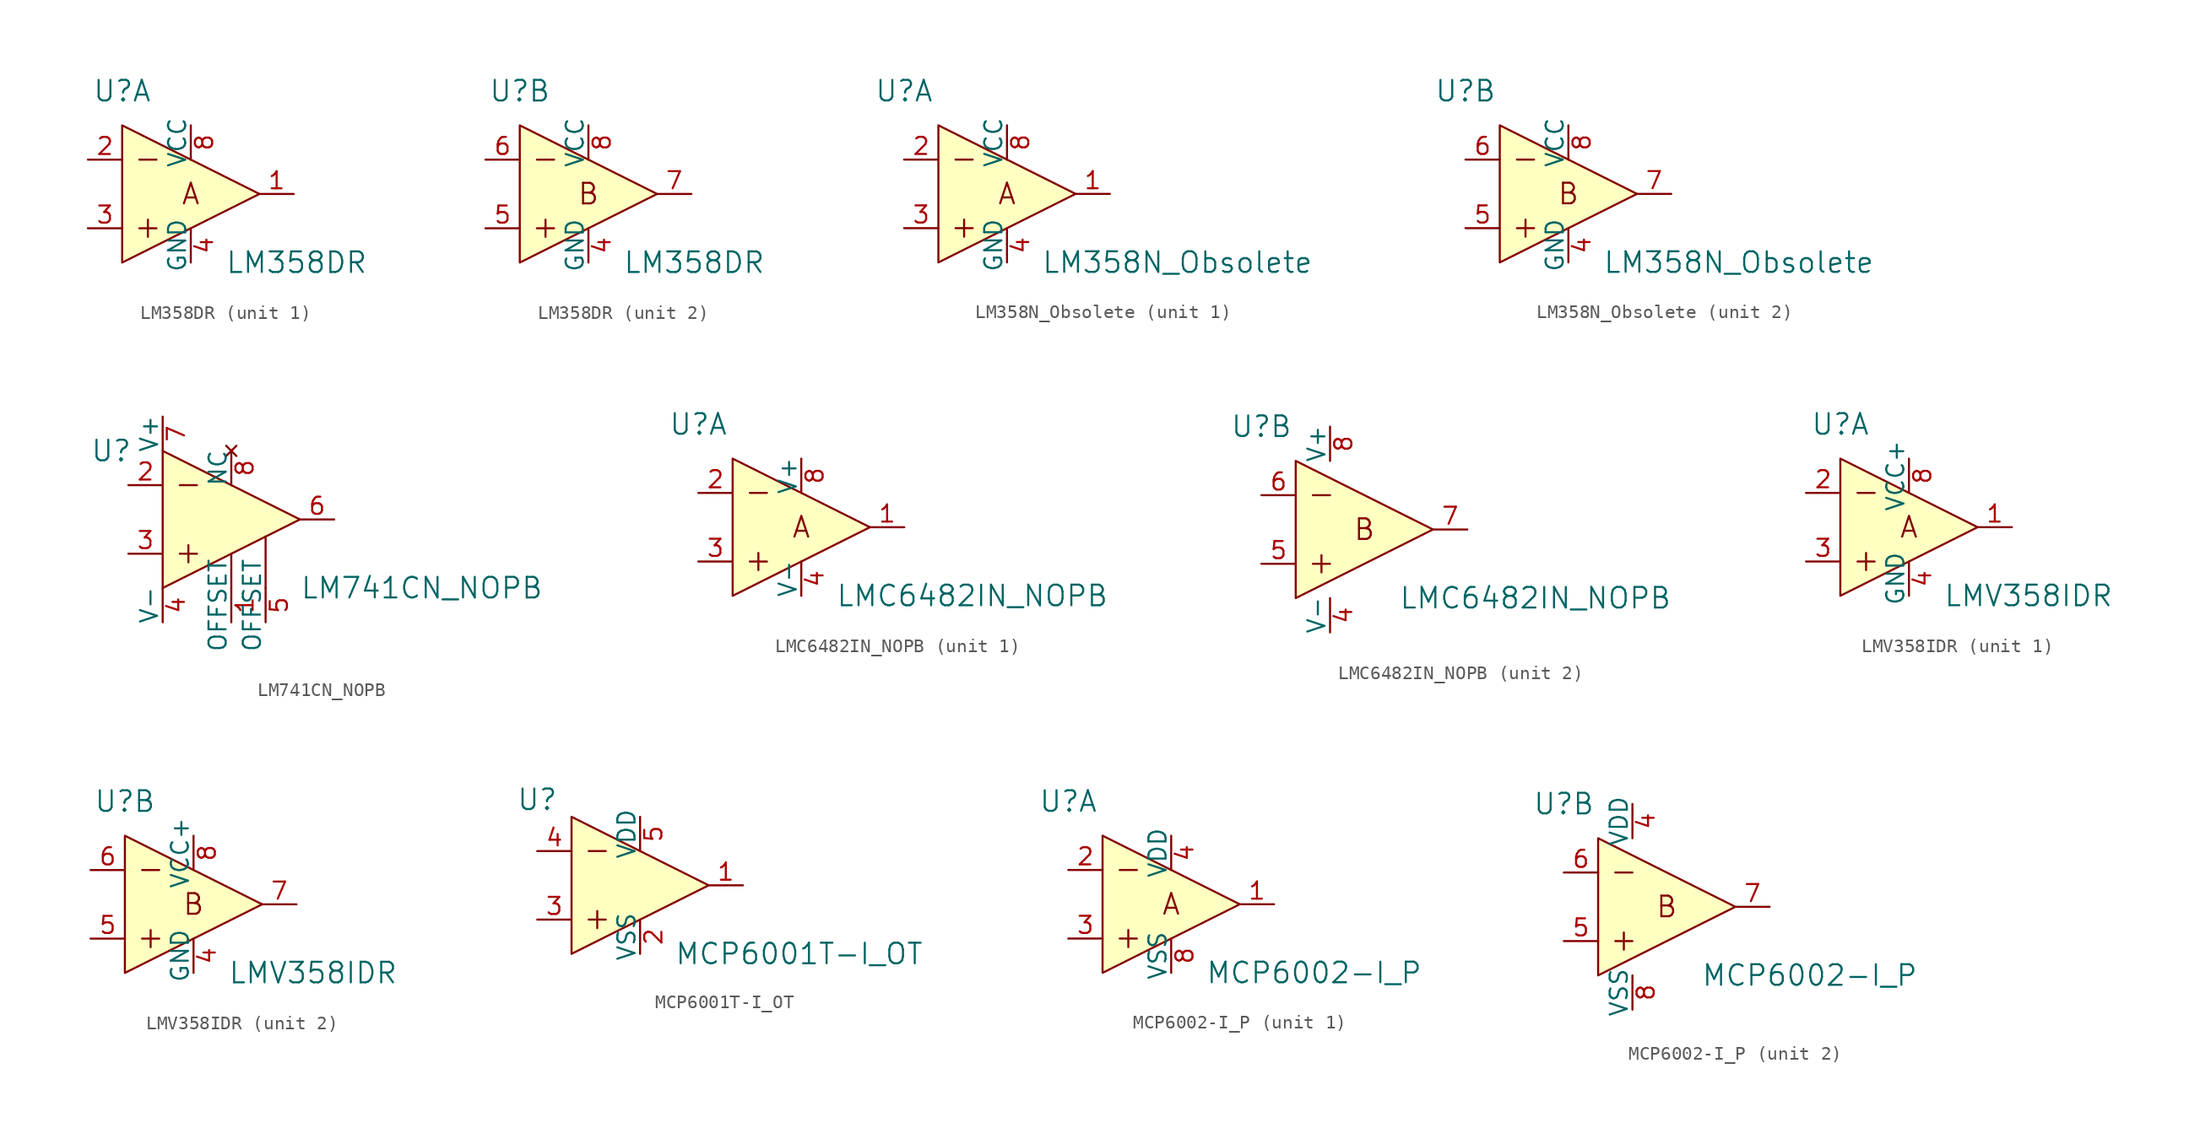
<source format=kicad_sym>
(kicad_symbol_lib
  (version 20211014)
  (generator kicad_symbol_editor)
  (symbol "LM358DR"
    (pin_names
      (offset 0))
    (property "Reference" "U"
      (at -5.08 7.62 0)
      (effects (font (size 1.524 1.524))))
    (property "Value" "LM358DR"
      (at 2.54 -5.08 0)
      (effects (font (size 1.524 1.524)) (justify left)))
    (property "ki_locked" ""
      (at 0 0 0)
      (effects (font (size 1.27 1.27))))
    (symbol "LM358DR_0_0"
      (polyline (pts (xy -3.81 -2.54) (xy -2.54 -2.54)) (stroke (width 0) (type default) (color 0 0 0 0)) (fill (type none)))
      (polyline (pts (xy -3.81 2.54) (xy -2.54 2.54)) (stroke (width 0) (type default) (color 0 0 0 0)) (fill (type none)))
      (polyline (pts (xy -3.175 -1.905) (xy -3.175 -3.175)) (stroke (width 0) (type default) (color 0 0 0 0)) (fill (type none)))
      (polyline (pts (xy -5.08 5.08) (xy -5.08 -5.08) (xy 5.08 0) (xy -5.08 5.08)) (stroke (width 0) (type default) (color 0 0 0 0)) (fill (type background))))
    (symbol "LM358DR_1_0"
      (text "A" (at 0 0 0) (effects (font (size 1.524 1.524)))))
    (symbol "LM358DR_1_1"
      (pin output line (at 7.62 0 180) (length 2.54) (name "~" (effects (font (size 1.27 1.27)))) (number "1" (effects (font (size 1.27 1.27)))))
      (pin input line (at -7.62 2.54 0) (length 2.54) (name "~" (effects (font (size 1.27 1.27)))) (number "2" (effects (font (size 1.27 1.27)))))
      (pin input line (at -7.62 -2.54 0) (length 2.54) (name "~" (effects (font (size 1.27 1.27)))) (number "3" (effects (font (size 1.27 1.27)))))
      (pin power_in line (at 0 -5.08 90) (length 2.54) (name "GND" (effects (font (size 1.27 1.27)))) (number "4" (effects (font (size 1.27 1.27)))))
      (pin power_in line (at 0 5.08 270) (length 2.54) (name "VCC" (effects (font (size 1.27 1.27)))) (number "8" (effects (font (size 1.27 1.27))))))
    (symbol "LM358DR_2_0"
      (text "B" (at 0 0 0) (effects (font (size 1.524 1.524)))))
    (symbol "LM358DR_2_1"
      (pin power_in line (at 0 -5.08 90) (length 2.54) (name "GND" (effects (font (size 1.27 1.27)))) (number "4" (effects (font (size 1.27 1.27)))))
      (pin input line (at -7.62 -2.54 0) (length 2.54) (name "~" (effects (font (size 1.27 1.27)))) (number "5" (effects (font (size 1.27 1.27)))))
      (pin input line (at -7.62 2.54 0) (length 2.54) (name "~" (effects (font (size 1.27 1.27)))) (number "6" (effects (font (size 1.27 1.27)))))
      (pin output line (at 7.62 0 180) (length 2.54) (name "~" (effects (font (size 1.27 1.27)))) (number "7" (effects (font (size 1.27 1.27)))))
      (pin power_in line (at 0 5.08 270) (length 2.54) (name "VCC" (effects (font (size 1.27 1.27)))) (number "8" (effects (font (size 1.27 1.27)))))))
  (symbol "LM358N_Obsolete"
    (pin_names
      (offset 0))
    (property "Reference" "U"
      (at -7.62 7.62 0)
      (effects (font (size 1.524 1.524))))
    (property "Value" "LM358N_Obsolete"
      (at 2.54 -5.08 0)
      (effects (font (size 1.524 1.524)) (justify left)))
    (property "ki_locked" ""
      (at 0 0 0)
      (effects (font (size 1.27 1.27))))
    (symbol "LM358N_Obsolete_0_1"
      (polyline (pts (xy -3.81 -2.54) (xy -2.54 -2.54)) (stroke (width 0) (type default) (color 0 0 0 0)) (fill (type none)))
      (polyline (pts (xy -3.81 2.54) (xy -2.54 2.54)) (stroke (width 0) (type default) (color 0 0 0 0)) (fill (type none)))
      (polyline (pts (xy -3.175 -1.905) (xy -3.175 -3.175)) (stroke (width 0) (type default) (color 0 0 0 0)) (fill (type none)))
      (polyline (pts (xy 5.08 0) (xy -5.08 5.08) (xy -5.08 -5.08) (xy 5.08 0)) (stroke (width 0) (type default) (color 0 0 0 0)) (fill (type background))))
    (symbol "LM358N_Obsolete_1_0"
      (text "A" (at 0 0 0) (effects (font (size 1.524 1.524)))))
    (symbol "LM358N_Obsolete_1_1"
      (pin output line (at 7.62 0 180) (length 2.54) (name "~" (effects (font (size 1.27 1.27)))) (number "1" (effects (font (size 1.27 1.27)))))
      (pin input line (at -7.62 2.54 0) (length 2.54) (name "~" (effects (font (size 1.27 1.27)))) (number "2" (effects (font (size 1.27 1.27)))))
      (pin input line (at -7.62 -2.54 0) (length 2.54) (name "~" (effects (font (size 1.27 1.27)))) (number "3" (effects (font (size 1.27 1.27)))))
      (pin power_in line (at 0 -5.08 90) (length 2.54) (name "GND" (effects (font (size 1.27 1.27)))) (number "4" (effects (font (size 1.27 1.27)))))
      (pin power_in line (at 0 5.08 270) (length 2.54) (name "VCC" (effects (font (size 1.27 1.27)))) (number "8" (effects (font (size 1.27 1.27))))))
    (symbol "LM358N_Obsolete_2_0"
      (text "B" (at 0 0 0) (effects (font (size 1.524 1.524)))))
    (symbol "LM358N_Obsolete_2_1"
      (pin power_in line (at 0 -5.08 90) (length 2.54) (name "GND" (effects (font (size 1.27 1.27)))) (number "4" (effects (font (size 1.27 1.27)))))
      (pin input line (at -7.62 -2.54 0) (length 2.54) (name "~" (effects (font (size 1.27 1.27)))) (number "5" (effects (font (size 1.27 1.27)))))
      (pin input line (at -7.62 2.54 0) (length 2.54) (name "~" (effects (font (size 1.27 1.27)))) (number "6" (effects (font (size 1.27 1.27)))))
      (pin output line (at 7.62 0 180) (length 2.54) (name "~" (effects (font (size 1.27 1.27)))) (number "7" (effects (font (size 1.27 1.27)))))
      (pin power_in line (at 0 5.08 270) (length 2.54) (name "VCC" (effects (font (size 1.27 1.27)))) (number "8" (effects (font (size 1.27 1.27)))))))
  (symbol "LM741CN_NOPB"
    (pin_names
      (offset 0))
    (property "Reference" "U"
      (at -8.89 5.08 0)
      (effects (font (size 1.524 1.524))))
    (property "Value" "LM741CN_NOPB"
      (at 5.08 -5.08 0)
      (effects (font (size 1.524 1.524)) (justify left)))
    (symbol "LM741CN_NOPB_1_0"
      (polyline (pts (xy -3.81 -2.54) (xy -2.54 -2.54)) (stroke (width 0) (type default) (color 0 0 0 0)) (fill (type none)))
      (polyline (pts (xy -3.81 2.54) (xy -2.54 2.54)) (stroke (width 0) (type default) (color 0 0 0 0)) (fill (type none)))
      (polyline (pts (xy -3.175 -1.905) (xy -3.175 -3.175)) (stroke (width 0) (type default) (color 0 0 0 0)) (fill (type none)))
      (polyline (pts (xy 0 -2.54) (xy 0 -5.08)) (stroke (width 0) (type default) (color 0 0 0 0)) (fill (type none)))
      (polyline (pts (xy 2.54 -1.27) (xy 2.54 -5.08)) (stroke (width 0) (type default) (color 0 0 0 0)) (fill (type none)))
      (polyline (pts (xy -5.08 5.08) (xy -5.08 -5.08) (xy 5.08 0) (xy -5.08 5.08)) (stroke (width 0) (type default) (color 0 0 0 0)) (fill (type background))))
    (symbol "LM741CN_NOPB_1_1"
      (pin input line (at 0 -7.62 90) (length 2.54) (name "OFFSET" (effects (font (size 1.27 1.27)))) (number "1" (effects (font (size 1.27 1.27)))))
      (pin input line (at -7.62 2.54 0) (length 2.54) (name "~" (effects (font (size 1.27 1.27)))) (number "2" (effects (font (size 1.27 1.27)))))
      (pin input line (at -7.62 -2.54 0) (length 2.54) (name "~" (effects (font (size 1.27 1.27)))) (number "3" (effects (font (size 1.27 1.27)))))
      (pin power_in line (at -5.08 -7.62 90) (length 2.54) (name "V-" (effects (font (size 1.27 1.27)))) (number "4" (effects (font (size 1.27 1.27)))))
      (pin input line (at 2.54 -7.62 90) (length 2.54) (name "OFFSET" (effects (font (size 1.27 1.27)))) (number "5" (effects (font (size 1.27 1.27)))))
      (pin output line (at 7.62 0 180) (length 2.54) (name "~" (effects (font (size 1.27 1.27)))) (number "6" (effects (font (size 1.27 1.27)))))
      (pin power_in line (at -5.08 7.62 270) (length 2.54) (name "V+" (effects (font (size 1.27 1.27)))) (number "7" (effects (font (size 1.27 1.27)))))
      (pin no_connect line (at 0 5.08 270) (length 2.54) (name "NC" (effects (font (size 1.27 1.27)))) (number "8" (effects (font (size 1.27 1.27)))))))
  (symbol "LMC6482IN_NOPB"
    (pin_names
      (offset 0))
    (property "Reference" "U"
      (at -7.62 7.62 0)
      (effects (font (size 1.524 1.524))))
    (property "Value" "LMC6482IN_NOPB"
      (at 2.54 -5.08 0)
      (effects (font (size 1.524 1.524)) (justify left)))
    (property "ki_locked" ""
      (at 0 0 0)
      (effects (font (size 1.27 1.27))))
    (symbol "LMC6482IN_NOPB_0_1"
      (polyline (pts (xy -3.81 -2.54) (xy -2.54 -2.54)) (stroke (width 0) (type default) (color 0 0 0 0)) (fill (type none)))
      (polyline (pts (xy -3.81 2.54) (xy -2.54 2.54)) (stroke (width 0) (type default) (color 0 0 0 0)) (fill (type none)))
      (polyline (pts (xy -3.175 -1.905) (xy -3.175 -3.175)) (stroke (width 0) (type default) (color 0 0 0 0)) (fill (type none)))
      (polyline (pts (xy -5.08 5.08) (xy -5.08 -5.08) (xy 5.08 0) (xy -5.08 5.08)) (stroke (width 0) (type default) (color 0 0 0 0)) (fill (type background))))
    (symbol "LMC6482IN_NOPB_1_0"
      (text "A" (at 0 0 0) (effects (font (size 1.524 1.524)))))
    (symbol "LMC6482IN_NOPB_1_1"
      (pin output line (at 7.62 0 180) (length 2.54) (name "~" (effects (font (size 1.27 1.27)))) (number "1" (effects (font (size 1.27 1.27)))))
      (pin input line (at -7.62 2.54 0) (length 2.54) (name "~" (effects (font (size 1.27 1.27)))) (number "2" (effects (font (size 1.27 1.27)))))
      (pin input line (at -7.62 -2.54 0) (length 2.54) (name "~" (effects (font (size 1.27 1.27)))) (number "3" (effects (font (size 1.27 1.27)))))
      (pin power_in line (at 0 -5.08 90) (length 2.54) (name "V-" (effects (font (size 1.27 1.27)))) (number "4" (effects (font (size 1.27 1.27)))))
      (pin power_in line (at 0 5.08 270) (length 2.54) (name "V+" (effects (font (size 1.27 1.27)))) (number "8" (effects (font (size 1.27 1.27))))))
    (symbol "LMC6482IN_NOPB_2_0"
      (text "B" (at 0 0 0) (effects (font (size 1.524 1.524)))))
    (symbol "LMC6482IN_NOPB_2_1"
      (pin power_in line (at -2.54 -7.62 90) (length 2.54) (name "V-" (effects (font (size 1.27 1.27)))) (number "4" (effects (font (size 1.27 1.27)))))
      (pin input line (at -7.62 -2.54 0) (length 2.54) (name "~" (effects (font (size 1.27 1.27)))) (number "5" (effects (font (size 1.27 1.27)))))
      (pin input line (at -7.62 2.54 0) (length 2.54) (name "~" (effects (font (size 1.27 1.27)))) (number "6" (effects (font (size 1.27 1.27)))))
      (pin output line (at 7.62 0 180) (length 2.54) (name "~" (effects (font (size 1.27 1.27)))) (number "7" (effects (font (size 1.27 1.27)))))
      (pin power_in line (at -2.54 7.62 270) (length 2.54) (name "V+" (effects (font (size 1.27 1.27)))) (number "8" (effects (font (size 1.27 1.27)))))))
  (symbol "LMV358IDR"
    (pin_names
      (offset 0))
    (property "Reference" "U"
      (at -5.08 7.62 0)
      (effects (font (size 1.524 1.524))))
    (property "Value" "LMV358IDR"
      (at 2.54 -5.08 0)
      (effects (font (size 1.524 1.524)) (justify left)))
    (property "ki_locked" ""
      (at 0 0 0)
      (effects (font (size 1.27 1.27))))
    (symbol "LMV358IDR_0_0"
      (polyline (pts (xy -3.81 -2.54) (xy -2.54 -2.54)) (stroke (width 0) (type default) (color 0 0 0 0)) (fill (type none)))
      (polyline (pts (xy -3.81 2.54) (xy -2.54 2.54)) (stroke (width 0) (type default) (color 0 0 0 0)) (fill (type none)))
      (polyline (pts (xy -3.175 -1.905) (xy -3.175 -3.175)) (stroke (width 0) (type default) (color 0 0 0 0)) (fill (type none)))
      (polyline (pts (xy -5.08 5.08) (xy -5.08 -5.08) (xy 5.08 0) (xy -5.08 5.08)) (stroke (width 0) (type default) (color 0 0 0 0)) (fill (type background))))
    (symbol "LMV358IDR_1_0"
      (text "A" (at 0 0 0) (effects (font (size 1.524 1.524)))))
    (symbol "LMV358IDR_1_1"
      (pin output line (at 7.62 0 180) (length 2.54) (name "~" (effects (font (size 1.27 1.27)))) (number "1" (effects (font (size 1.27 1.27)))))
      (pin input line (at -7.62 2.54 0) (length 2.54) (name "~" (effects (font (size 1.27 1.27)))) (number "2" (effects (font (size 1.27 1.27)))))
      (pin input line (at -7.62 -2.54 0) (length 2.54) (name "~" (effects (font (size 1.27 1.27)))) (number "3" (effects (font (size 1.27 1.27)))))
      (pin power_in line (at 0 -5.08 90) (length 2.54) (name "GND" (effects (font (size 1.27 1.27)))) (number "4" (effects (font (size 1.27 1.27)))))
      (pin power_in line (at 0 5.08 270) (length 2.54) (name "VCC+" (effects (font (size 1.27 1.27)))) (number "8" (effects (font (size 1.27 1.27))))))
    (symbol "LMV358IDR_2_0"
      (text "B" (at 0 0 0) (effects (font (size 1.524 1.524)))))
    (symbol "LMV358IDR_2_1"
      (pin power_in line (at 0 -5.08 90) (length 2.54) (name "GND" (effects (font (size 1.27 1.27)))) (number "4" (effects (font (size 1.27 1.27)))))
      (pin input line (at -7.62 -2.54 0) (length 2.54) (name "~" (effects (font (size 1.27 1.27)))) (number "5" (effects (font (size 1.27 1.27)))))
      (pin input line (at -7.62 2.54 0) (length 2.54) (name "~" (effects (font (size 1.27 1.27)))) (number "6" (effects (font (size 1.27 1.27)))))
      (pin output line (at 7.62 0 180) (length 2.54) (name "~" (effects (font (size 1.27 1.27)))) (number "7" (effects (font (size 1.27 1.27)))))
      (pin power_in line (at 0 5.08 270) (length 2.54) (name "VCC+" (effects (font (size 1.27 1.27)))) (number "8" (effects (font (size 1.27 1.27)))))))
  (symbol "MCP6001T-I_OT"
    (pin_names
      (offset 0))
    (property "Reference" "U"
      (at -7.62 6.35 0)
      (effects (font (size 1.524 1.524))))
    (property "Value" "MCP6001T-I_OT"
      (at 2.54 -5.08 0)
      (effects (font (size 1.524 1.524)) (justify left)))
    (symbol "MCP6001T-I_OT_0_1"
      (polyline (pts (xy 5.08 0) (xy -5.08 -5.08) (xy -5.08 5.08) (xy 5.08 0)) (stroke (width 0) (type default) (color 0 0 0 0)) (fill (type background))))
    (symbol "MCP6001T-I_OT_1_0"
      (polyline (pts (xy -3.81 -2.54) (xy -2.54 -2.54)) (stroke (width 0) (type default) (color 0 0 0 0)) (fill (type none)))
      (polyline (pts (xy -3.81 2.54) (xy -2.54 2.54)) (stroke (width 0) (type default) (color 0 0 0 0)) (fill (type none)))
      (polyline (pts (xy -3.175 -1.905) (xy -3.175 -3.175)) (stroke (width 0) (type default) (color 0 0 0 0)) (fill (type none))))
    (symbol "MCP6001T-I_OT_1_1"
      (pin output line (at 7.62 0 180) (length 2.54) (name "~" (effects (font (size 1.27 1.27)))) (number "1" (effects (font (size 1.27 1.27)))))
      (pin power_in line (at 0 -5.08 90) (length 2.54) (name "VSS" (effects (font (size 1.27 1.27)))) (number "2" (effects (font (size 1.27 1.27)))))
      (pin input line (at -7.62 -2.54 0) (length 2.54) (name "~" (effects (font (size 1.27 1.27)))) (number "3" (effects (font (size 1.27 1.27)))))
      (pin input line (at -7.62 2.54 0) (length 2.54) (name "~" (effects (font (size 1.27 1.27)))) (number "4" (effects (font (size 1.27 1.27)))))
      (pin power_in line (at 0 5.08 270) (length 2.54) (name "VDD" (effects (font (size 1.27 1.27)))) (number "5" (effects (font (size 1.27 1.27)))))))
  (symbol "MCP6002-I_P"
    (pin_names
      (offset 0))
    (property "Reference" "U"
      (at -7.62 7.62 0)
      (effects (font (size 1.524 1.524))))
    (property "Value" "MCP6002-I_P"
      (at 2.54 -5.08 0)
      (effects (font (size 1.524 1.524)) (justify left)))
    (property "ki_locked" ""
      (at 0 0 0)
      (effects (font (size 1.27 1.27))))
    (symbol "MCP6002-I_P_0_1"
      (polyline (pts (xy -3.81 -2.54) (xy -2.54 -2.54)) (stroke (width 0) (type default) (color 0 0 0 0)) (fill (type none)))
      (polyline (pts (xy -3.81 2.54) (xy -2.54 2.54)) (stroke (width 0) (type default) (color 0 0 0 0)) (fill (type none)))
      (polyline (pts (xy -3.175 -1.905) (xy -3.175 -3.175)) (stroke (width 0) (type default) (color 0 0 0 0)) (fill (type none)))
      (polyline (pts (xy -5.08 5.08) (xy -5.08 -5.08) (xy 5.08 0) (xy -5.08 5.08)) (stroke (width 0) (type default) (color 0 0 0 0)) (fill (type background))))
    (symbol "MCP6002-I_P_1_0"
      (text "A" (at 0 0 0) (effects (font (size 1.524 1.524)))))
    (symbol "MCP6002-I_P_1_1"
      (pin output line (at 7.62 0 180) (length 2.54) (name "~" (effects (font (size 1.27 1.27)))) (number "1" (effects (font (size 1.27 1.27)))))
      (pin input line (at -7.62 2.54 0) (length 2.54) (name "~" (effects (font (size 1.27 1.27)))) (number "2" (effects (font (size 1.27 1.27)))))
      (pin input line (at -7.62 -2.54 0) (length 2.54) (name "~" (effects (font (size 1.27 1.27)))) (number "3" (effects (font (size 1.27 1.27)))))
      (pin power_in line (at 0 5.08 270) (length 2.54) (name "VDD" (effects (font (size 1.27 1.27)))) (number "4" (effects (font (size 1.27 1.27)))))
      (pin power_in line (at 0 -5.08 90) (length 2.54) (name "VSS" (effects (font (size 1.27 1.27)))) (number "8" (effects (font (size 1.27 1.27))))))
    (symbol "MCP6002-I_P_2_0"
      (text "B" (at 0 0 0) (effects (font (size 1.524 1.524)))))
    (symbol "MCP6002-I_P_2_1"
      (pin power_in line (at -2.54 7.62 270) (length 2.54) (name "VDD" (effects (font (size 1.27 1.27)))) (number "4" (effects (font (size 1.27 1.27)))))
      (pin input line (at -7.62 -2.54 0) (length 2.54) (name "~" (effects (font (size 1.27 1.27)))) (number "5" (effects (font (size 1.27 1.27)))))
      (pin input line (at -7.62 2.54 0) (length 2.54) (name "~" (effects (font (size 1.27 1.27)))) (number "6" (effects (font (size 1.27 1.27)))))
      (pin output line (at 7.62 0 180) (length 2.54) (name "~" (effects (font (size 1.27 1.27)))) (number "7" (effects (font (size 1.27 1.27)))))
      (pin power_in line (at -2.54 -7.62 90) (length 2.54) (name "VSS" (effects (font (size 1.27 1.27)))) (number "8" (effects (font (size 1.27 1.27))))))))
</source>
